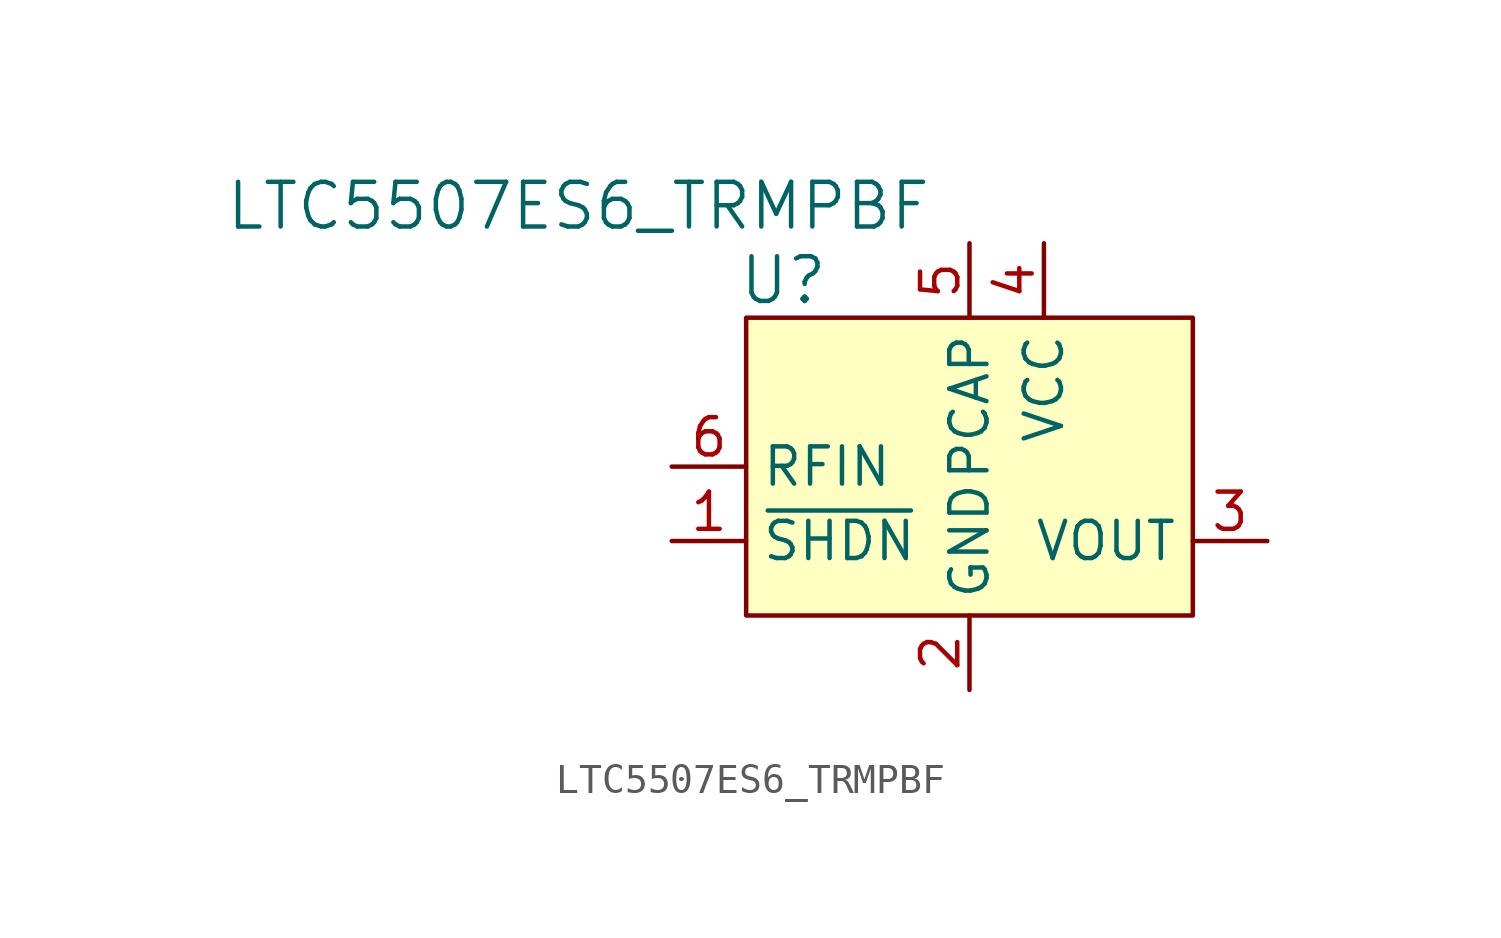
<source format=kicad_sym>
(kicad_symbol_lib
  (version 20211014)
  (generator kicad_symbol_editor)
  (symbol "LTC5507ES6_TRMPBF"
    (property "Reference" "U"
      (at -6.35 1.27 0)
      (effects (font (size 1.524 1.524))))
    (property "Value" "LTC5507ES6_TRMPBF"
      (at -1.27 3.81 0)
      (effects (font (size 1.524 1.524)) (justify right)))
    (symbol "LTC5507ES6_TRMPBF_0_1"
      (rectangle (start -7.62 0) (end 7.62 -10.16) (stroke (width 0) (type default) (color 0 0 0 0)) (fill (type background))))
    (symbol "LTC5507ES6_TRMPBF_1_1"
      (pin input line (at -10.16 -7.62 0) (length 2.54) (name "~{SHDN}" (effects (font (size 1.27 1.27)))) (number "1" (effects (font (size 1.27 1.27)))))
      (pin power_in line (at 0 -12.7 90) (length 2.54) (name "GND" (effects (font (size 1.27 1.27)))) (number "2" (effects (font (size 1.27 1.27)))))
      (pin output line (at 10.16 -7.62 180) (length 2.54) (name "VOUT" (effects (font (size 1.27 1.27)))) (number "3" (effects (font (size 1.27 1.27)))))
      (pin power_in line (at 2.54 2.54 270) (length 2.54) (name "VCC" (effects (font (size 1.27 1.27)))) (number "4" (effects (font (size 1.27 1.27)))))
      (pin passive line (at 0 2.54 270) (length 2.54) (name "PCAP" (effects (font (size 1.27 1.27)))) (number "5" (effects (font (size 1.27 1.27)))))
      (pin input line (at -10.16 -5.08 0) (length 2.54) (name "RFIN" (effects (font (size 1.27 1.27)))) (number "6" (effects (font (size 1.27 1.27))))))))
</source>
